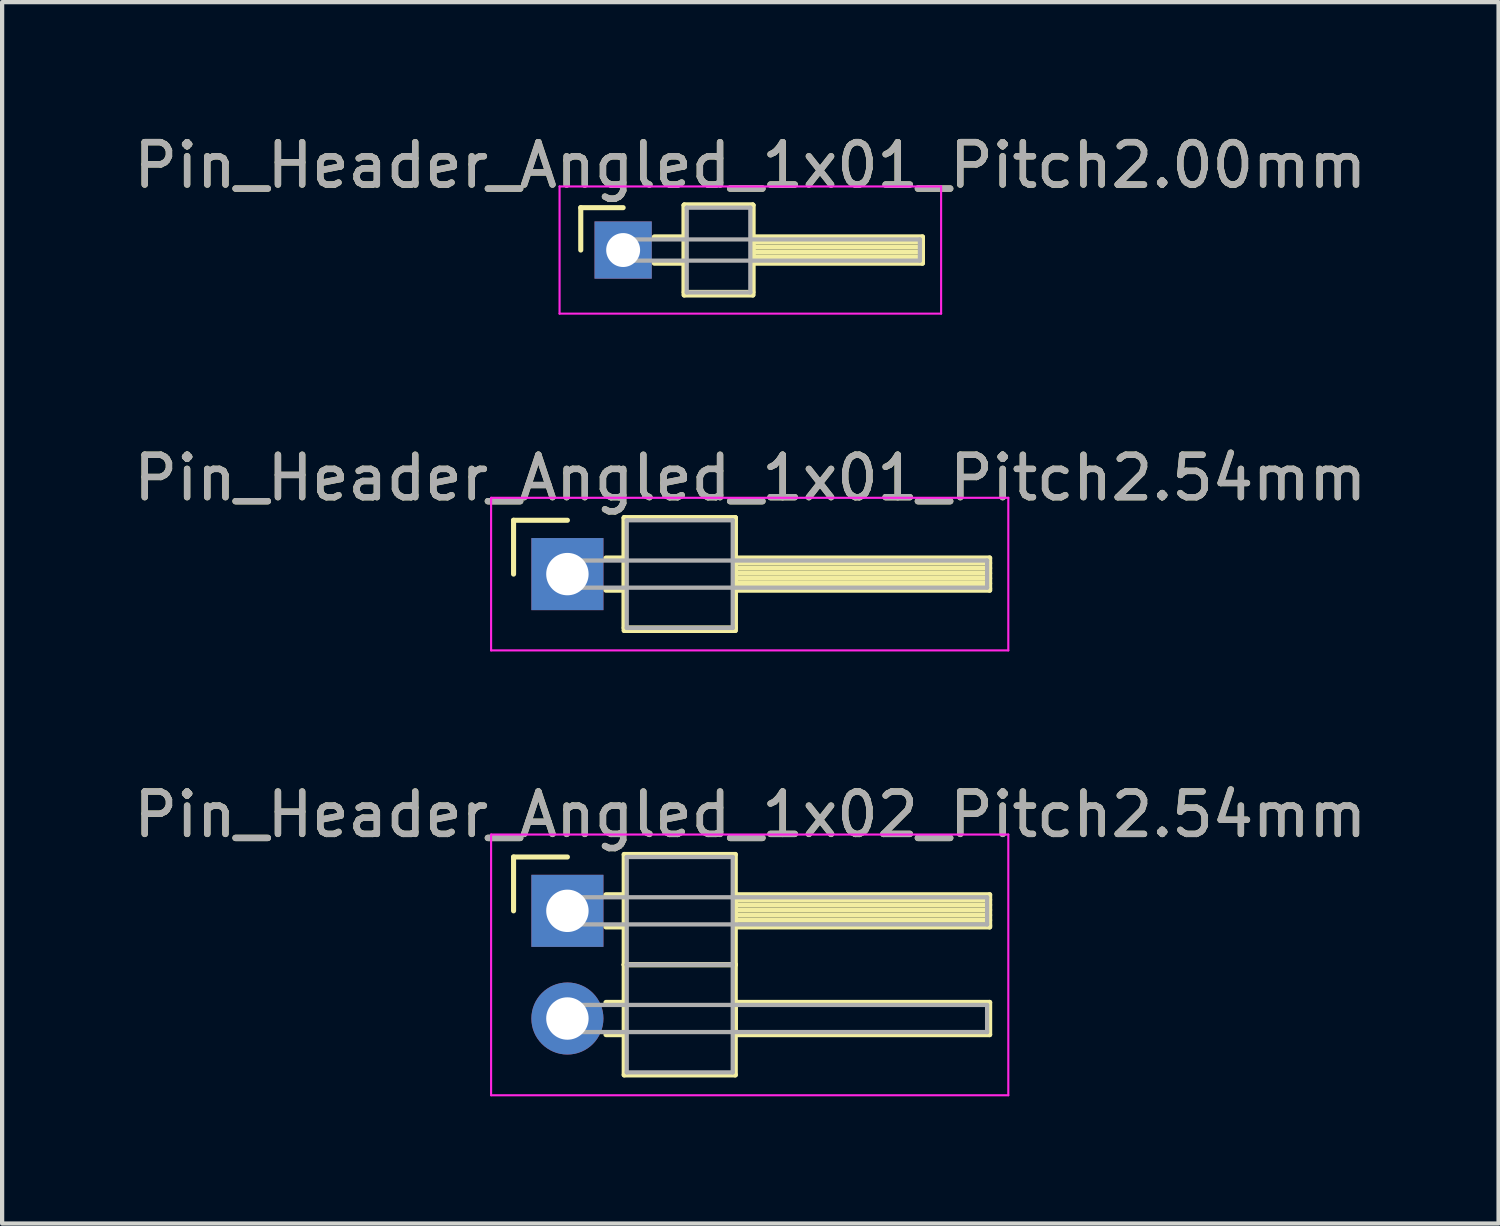
<source format=kicad_pcb>
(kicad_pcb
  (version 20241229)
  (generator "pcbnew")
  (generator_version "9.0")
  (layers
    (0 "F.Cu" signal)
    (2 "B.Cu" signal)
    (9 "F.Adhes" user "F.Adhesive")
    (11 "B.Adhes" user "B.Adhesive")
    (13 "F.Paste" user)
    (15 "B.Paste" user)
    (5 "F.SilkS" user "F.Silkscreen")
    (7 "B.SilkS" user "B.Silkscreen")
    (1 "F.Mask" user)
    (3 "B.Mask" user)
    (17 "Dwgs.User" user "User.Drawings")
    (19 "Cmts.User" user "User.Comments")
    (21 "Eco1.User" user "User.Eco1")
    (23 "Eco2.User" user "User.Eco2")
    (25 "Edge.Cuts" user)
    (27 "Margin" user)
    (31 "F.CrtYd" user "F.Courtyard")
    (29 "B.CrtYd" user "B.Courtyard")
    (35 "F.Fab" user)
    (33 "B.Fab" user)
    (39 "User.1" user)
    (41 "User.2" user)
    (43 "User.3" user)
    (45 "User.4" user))
  (footprint "Pin_Header_Angled_1x01_Pitch2.54mm"
    (layer "F.Cu")
    (at 10.334 10.492)
    (property "Reference" "Pin_Header_Angled_1x01_Pitch2.54mm" (at 4.315 -2.27 0) (layer "F.SilkS") (effects (font (size 1 1) (thickness 0.15))))
    (attr through_hole)
    (fp_line (start -1.27 -1.27) (end 0 -1.27) (stroke (width 0.12) (type solid)) (layer "F.SilkS"))
    (fp_line (start -1.27 0) (end -1.27 -1.27) (stroke (width 0.12) (type solid)) (layer "F.SilkS"))
    (fp_line (start 0.91 -0.38) (end 1.34 -0.38) (stroke (width 0.12) (type solid)) (layer "F.SilkS"))
    (fp_line (start 0.91 0.38) (end 1.34 0.38) (stroke (width 0.12) (type solid)) (layer "F.SilkS"))
    (fp_line (start 1.34 -1.33) (end 1.34 1.27) (stroke (width 0.12) (type solid)) (layer "F.SilkS"))
    (fp_line (start 1.34 -1.33) (end 1.34 1.33) (stroke (width 0.12) (type solid)) (layer "F.SilkS"))
    (fp_line (start 1.34 1.27) (end 3.96 1.27) (stroke (width 0.12) (type solid)) (layer "F.SilkS"))
    (fp_line (start 1.34 1.33) (end 3.96 1.33) (stroke (width 0.12) (type solid)) (layer "F.SilkS"))
    (fp_line (start 3.96 -1.33) (end 1.34 -1.33) (stroke (width 0.12) (type solid)) (layer "F.SilkS"))
    (fp_line (start 3.96 -1.33) (end 1.34 -1.33) (stroke (width 0.12) (type solid)) (layer "F.SilkS"))
    (fp_line (start 3.96 -0.38) (end 3.96 0.38) (stroke (width 0.12) (type solid)) (layer "F.SilkS"))
    (fp_line (start 3.96 -0.26) (end 9.96 -0.26) (stroke (width 0.12) (type solid)) (layer "F.SilkS"))
    (fp_line (start 3.96 -0.14) (end 9.96 -0.14) (stroke (width 0.12) (type solid)) (layer "F.SilkS"))
    (fp_line (start 3.96 -0.02) (end 9.96 -0.02) (stroke (width 0.12) (type solid)) (layer "F.SilkS"))
    (fp_line (start 3.96 0.1) (end 9.96 0.1) (stroke (width 0.12) (type solid)) (layer "F.SilkS"))
    (fp_line (start 3.96 0.22) (end 9.96 0.22) (stroke (width 0.12) (type solid)) (layer "F.SilkS"))
    (fp_line (start 3.96 0.34) (end 9.96 0.34) (stroke (width 0.12) (type solid)) (layer "F.SilkS"))
    (fp_line (start 3.96 0.38) (end 9.96 0.38) (stroke (width 0.12) (type solid)) (layer "F.SilkS"))
    (fp_line (start 3.96 1.27) (end 3.96 -1.33) (stroke (width 0.12) (type solid)) (layer "F.SilkS"))
    (fp_line (start 3.96 1.33) (end 3.96 -1.33) (stroke (width 0.12) (type solid)) (layer "F.SilkS"))
    (fp_line (start 9.96 -0.38) (end 3.96 -0.38) (stroke (width 0.12) (type solid)) (layer "F.SilkS"))
    (fp_line (start 9.96 0.38) (end 9.96 -0.38) (stroke (width 0.12) (type solid)) (layer "F.SilkS"))
    (fp_line (start -1.8 -1.8) (end -1.8 1.8) (stroke (width 0.05) (type solid)) (layer "F.CrtYd"))
    (fp_line (start -1.8 1.8) (end 10.4 1.8) (stroke (width 0.05) (type solid)) (layer "F.CrtYd"))
    (fp_line (start 10.4 -1.8) (end -1.8 -1.8) (stroke (width 0.05) (type solid)) (layer "F.CrtYd"))
    (fp_line (start 10.4 1.8) (end 10.4 -1.8) (stroke (width 0.05) (type solid)) (layer "F.CrtYd"))
    (fp_line (start 0 -0.32) (end 0 0.32) (stroke (width 0.1) (type solid)) (layer "F.Fab"))
    (fp_line (start 0 0.32) (end 9.9 0.32) (stroke (width 0.1) (type solid)) (layer "F.Fab"))
    (fp_line (start 1.4 -1.27) (end 1.4 1.27) (stroke (width 0.1) (type solid)) (layer "F.Fab"))
    (fp_line (start 1.4 1.27) (end 3.9 1.27) (stroke (width 0.1) (type solid)) (layer "F.Fab"))
    (fp_line (start 3.9 -1.27) (end 1.4 -1.27) (stroke (width 0.1) (type solid)) (layer "F.Fab"))
    (fp_line (start 3.9 1.27) (end 3.9 -1.27) (stroke (width 0.1) (type solid)) (layer "F.Fab"))
    (fp_line (start 9.9 -0.32) (end 0 -0.32) (stroke (width 0.1) (type solid)) (layer "F.Fab"))
    (fp_line (start 9.9 0.32) (end 9.9 -0.32) (stroke (width 0.1) (type solid)) (layer "F.Fab"))
    (fp_text user "${REFERENCE}" (at 4.315 -2.27 0) (layer "F.Fab") (effects (font (size 1 1) (thickness 0.15))))
    (pad "1" thru_hole rect (at 0 0) (size 1.7 1.7) (drill 1) (layers "*.Cu" "*.Mask")))
  (footprint "Pin_Header_Angled_1x02_Pitch2.54mm"
    (layer "F.Cu")
    (at 10.334 18.435)
    (property "Reference" "Pin_Header_Angled_1x02_Pitch2.54mm" (at 4.315 -2.27 0) (layer "F.SilkS") (effects (font (size 1 1) (thickness 0.15))))
    (attr through_hole)
    (fp_line (start -1.27 -1.27) (end 0 -1.27) (stroke (width 0.12) (type solid)) (layer "F.SilkS"))
    (fp_line (start -1.27 0) (end -1.27 -1.27) (stroke (width 0.12) (type solid)) (layer "F.SilkS"))
    (fp_line (start 0.91 -0.38) (end 1.34 -0.38) (stroke (width 0.12) (type solid)) (layer "F.SilkS"))
    (fp_line (start 0.91 0.38) (end 1.34 0.38) (stroke (width 0.12) (type solid)) (layer "F.SilkS"))
    (fp_line (start 0.91 2.16) (end 1.34 2.16) (stroke (width 0.12) (type solid)) (layer "F.SilkS"))
    (fp_line (start 0.91 2.92) (end 1.34 2.92) (stroke (width 0.12) (type solid)) (layer "F.SilkS"))
    (fp_line (start 1.34 -1.33) (end 1.34 1.27) (stroke (width 0.12) (type solid)) (layer "F.SilkS"))
    (fp_line (start 1.34 1.27) (end 1.34 3.87) (stroke (width 0.12) (type solid)) (layer "F.SilkS"))
    (fp_line (start 1.34 1.27) (end 3.96 1.27) (stroke (width 0.12) (type solid)) (layer "F.SilkS"))
    (fp_line (start 1.34 3.87) (end 3.96 3.87) (stroke (width 0.12) (type solid)) (layer "F.SilkS"))
    (fp_line (start 3.96 -1.33) (end 1.34 -1.33) (stroke (width 0.12) (type solid)) (layer "F.SilkS"))
    (fp_line (start 3.96 -0.38) (end 3.96 0.38) (stroke (width 0.12) (type solid)) (layer "F.SilkS"))
    (fp_line (start 3.96 -0.26) (end 9.96 -0.26) (stroke (width 0.12) (type solid)) (layer "F.SilkS"))
    (fp_line (start 3.96 -0.14) (end 9.96 -0.14) (stroke (width 0.12) (type solid)) (layer "F.SilkS"))
    (fp_line (start 3.96 -0.02) (end 9.96 -0.02) (stroke (width 0.12) (type solid)) (layer "F.SilkS"))
    (fp_line (start 3.96 0.1) (end 9.96 0.1) (stroke (width 0.12) (type solid)) (layer "F.SilkS"))
    (fp_line (start 3.96 0.22) (end 9.96 0.22) (stroke (width 0.12) (type solid)) (layer "F.SilkS"))
    (fp_line (start 3.96 0.34) (end 9.96 0.34) (stroke (width 0.12) (type solid)) (layer "F.SilkS"))
    (fp_line (start 3.96 0.38) (end 9.96 0.38) (stroke (width 0.12) (type solid)) (layer "F.SilkS"))
    (fp_line (start 3.96 1.27) (end 1.34 1.27) (stroke (width 0.12) (type solid)) (layer "F.SilkS"))
    (fp_line (start 3.96 1.27) (end 3.96 -1.33) (stroke (width 0.12) (type solid)) (layer "F.SilkS"))
    (fp_line (start 3.96 2.16) (end 3.96 2.92) (stroke (width 0.12) (type solid)) (layer "F.SilkS"))
    (fp_line (start 3.96 2.92) (end 9.96 2.92) (stroke (width 0.12) (type solid)) (layer "F.SilkS"))
    (fp_line (start 3.96 3.87) (end 3.96 1.27) (stroke (width 0.12) (type solid)) (layer "F.SilkS"))
    (fp_line (start 9.96 -0.38) (end 3.96 -0.38) (stroke (width 0.12) (type solid)) (layer "F.SilkS"))
    (fp_line (start 9.96 0.38) (end 9.96 -0.38) (stroke (width 0.12) (type solid)) (layer "F.SilkS"))
    (fp_line (start 9.96 2.16) (end 3.96 2.16) (stroke (width 0.12) (type solid)) (layer "F.SilkS"))
    (fp_line (start 9.96 2.92) (end 9.96 2.16) (stroke (width 0.12) (type solid)) (layer "F.SilkS"))
    (fp_line (start -1.8 -1.8) (end -1.8 4.35) (stroke (width 0.05) (type solid)) (layer "F.CrtYd"))
    (fp_line (start -1.8 4.35) (end 10.4 4.35) (stroke (width 0.05) (type solid)) (layer "F.CrtYd"))
    (fp_line (start 10.4 -1.8) (end -1.8 -1.8) (stroke (width 0.05) (type solid)) (layer "F.CrtYd"))
    (fp_line (start 10.4 4.35) (end 10.4 -1.8) (stroke (width 0.05) (type solid)) (layer "F.CrtYd"))
    (fp_line (start 0 -0.32) (end 0 0.32) (stroke (width 0.1) (type solid)) (layer "F.Fab"))
    (fp_line (start 0 0.32) (end 9.9 0.32) (stroke (width 0.1) (type solid)) (layer "F.Fab"))
    (fp_line (start 0 2.22) (end 0 2.86) (stroke (width 0.1) (type solid)) (layer "F.Fab"))
    (fp_line (start 0 2.86) (end 9.9 2.86) (stroke (width 0.1) (type solid)) (layer "F.Fab"))
    (fp_line (start 1.4 -1.27) (end 1.4 1.27) (stroke (width 0.1) (type solid)) (layer "F.Fab"))
    (fp_line (start 1.4 1.27) (end 1.4 3.81) (stroke (width 0.1) (type solid)) (layer "F.Fab"))
    (fp_line (start 1.4 1.27) (end 3.9 1.27) (stroke (width 0.1) (type solid)) (layer "F.Fab"))
    (fp_line (start 1.4 3.81) (end 3.9 3.81) (stroke (width 0.1) (type solid)) (layer "F.Fab"))
    (fp_line (start 3.9 -1.27) (end 1.4 -1.27) (stroke (width 0.1) (type solid)) (layer "F.Fab"))
    (fp_line (start 3.9 1.27) (end 1.4 1.27) (stroke (width 0.1) (type solid)) (layer "F.Fab"))
    (fp_line (start 3.9 1.27) (end 3.9 -1.27) (stroke (width 0.1) (type solid)) (layer "F.Fab"))
    (fp_line (start 3.9 3.81) (end 3.9 1.27) (stroke (width 0.1) (type solid)) (layer "F.Fab"))
    (fp_line (start 9.9 -0.32) (end 0 -0.32) (stroke (width 0.1) (type solid)) (layer "F.Fab"))
    (fp_line (start 9.9 0.32) (end 9.9 -0.32) (stroke (width 0.1) (type solid)) (layer "F.Fab"))
    (fp_line (start 9.9 2.22) (end 0 2.22) (stroke (width 0.1) (type solid)) (layer "F.Fab"))
    (fp_line (start 9.9 2.86) (end 9.9 2.22) (stroke (width 0.1) (type solid)) (layer "F.Fab"))
    (fp_text user "${REFERENCE}" (at 4.315 -2.27 0) (layer "F.Fab") (effects (font (size 1 1) (thickness 0.15))))
    (pad "1" thru_hole rect (at 0 0) (size 1.7 1.7) (drill 1) (layers "*.Cu" "*.Mask"))
    (pad "2" thru_hole oval (at 0 2.54) (size 1.7 1.7) (drill 1) (layers "*.Cu" "*.Mask")))
  (footprint "Pin_Header_Angled_1x01_Pitch2.00mm"
    (layer "F.Cu")
    (at 11.649 2.848)
    (property "Reference" "Pin_Header_Angled_1x01_Pitch2.00mm" (at 3 -2 0) (layer "F.SilkS") (effects (font (size 1 1) (thickness 0.15))))
    (attr through_hole)
    (fp_line (start -1 -1) (end 0 -1) (stroke (width 0.12) (type solid)) (layer "F.SilkS"))
    (fp_line (start -1 0) (end -1 -1) (stroke (width 0.12) (type solid)) (layer "F.SilkS"))
    (fp_line (start 0.735 -0.31) (end 1.44 -0.31) (stroke (width 0.12) (type solid)) (layer "F.SilkS"))
    (fp_line (start 0.735 0.31) (end 1.44 0.31) (stroke (width 0.12) (type solid)) (layer "F.SilkS"))
    (fp_line (start 1.44 -1.06) (end 1.44 1) (stroke (width 0.12) (type solid)) (layer "F.SilkS"))
    (fp_line (start 1.44 -1.06) (end 1.44 1.06) (stroke (width 0.12) (type solid)) (layer "F.SilkS"))
    (fp_line (start 1.44 1) (end 3.06 1) (stroke (width 0.12) (type solid)) (layer "F.SilkS"))
    (fp_line (start 1.44 1.06) (end 3.06 1.06) (stroke (width 0.12) (type solid)) (layer "F.SilkS"))
    (fp_line (start 3.06 -1.06) (end 1.44 -1.06) (stroke (width 0.12) (type solid)) (layer "F.SilkS"))
    (fp_line (start 3.06 -1.06) (end 1.44 -1.06) (stroke (width 0.12) (type solid)) (layer "F.SilkS"))
    (fp_line (start 3.06 -0.31) (end 3.06 0.31) (stroke (width 0.12) (type solid)) (layer "F.SilkS"))
    (fp_line (start 3.06 -0.19) (end 7.06 -0.19) (stroke (width 0.12) (type solid)) (layer "F.SilkS"))
    (fp_line (start 3.06 -0.07) (end 7.06 -0.07) (stroke (width 0.12) (type solid)) (layer "F.SilkS"))
    (fp_line (start 3.06 0.05) (end 7.06 0.05) (stroke (width 0.12) (type solid)) (layer "F.SilkS"))
    (fp_line (start 3.06 0.17) (end 7.06 0.17) (stroke (width 0.12) (type solid)) (layer "F.SilkS"))
    (fp_line (start 3.06 0.29) (end 7.06 0.29) (stroke (width 0.12) (type solid)) (layer "F.SilkS"))
    (fp_line (start 3.06 0.31) (end 7.06 0.31) (stroke (width 0.12) (type solid)) (layer "F.SilkS"))
    (fp_line (start 3.06 1) (end 3.06 -1.06) (stroke (width 0.12) (type solid)) (layer "F.SilkS"))
    (fp_line (start 3.06 1.06) (end 3.06 -1.06) (stroke (width 0.12) (type solid)) (layer "F.SilkS"))
    (fp_line (start 7.06 -0.31) (end 3.06 -0.31) (stroke (width 0.12) (type solid)) (layer "F.SilkS"))
    (fp_line (start 7.06 0.31) (end 7.06 -0.31) (stroke (width 0.12) (type solid)) (layer "F.SilkS"))
    (fp_line (start -1.5 -1.5) (end -1.5 1.5) (stroke (width 0.05) (type solid)) (layer "F.CrtYd"))
    (fp_line (start -1.5 1.5) (end 7.5 1.5) (stroke (width 0.05) (type solid)) (layer "F.CrtYd"))
    (fp_line (start 7.5 -1.5) (end -1.5 -1.5) (stroke (width 0.05) (type solid)) (layer "F.CrtYd"))
    (fp_line (start 7.5 1.5) (end 7.5 -1.5) (stroke (width 0.05) (type solid)) (layer "F.CrtYd"))
    (fp_line (start 0 -0.25) (end 0 0.25) (stroke (width 0.1) (type solid)) (layer "F.Fab"))
    (fp_line (start 0 0.25) (end 7 0.25) (stroke (width 0.1) (type solid)) (layer "F.Fab"))
    (fp_line (start 1.5 -1) (end 1.5 1) (stroke (width 0.1) (type solid)) (layer "F.Fab"))
    (fp_line (start 1.5 1) (end 3 1) (stroke (width 0.1) (type solid)) (layer "F.Fab"))
    (fp_line (start 3 -1) (end 1.5 -1) (stroke (width 0.1) (type solid)) (layer "F.Fab"))
    (fp_line (start 3 1) (end 3 -1) (stroke (width 0.1) (type solid)) (layer "F.Fab"))
    (fp_line (start 7 -0.25) (end 0 -0.25) (stroke (width 0.1) (type solid)) (layer "F.Fab"))
    (fp_line (start 7 0.25) (end 7 -0.25) (stroke (width 0.1) (type solid)) (layer "F.Fab"))
    (fp_text user "${REFERENCE}" (at 3 -2 0) (layer "F.Fab") (effects (font (size 1 1) (thickness 0.15))))
    (pad "1" thru_hole rect (at 0 0) (size 1.35 1.35) (drill 0.8) (layers "*.Cu" "*.Mask")))
  (gr_rect
    (start -3 -3)
    (end 32.298 25.81)
    (stroke (width 0.1) (type default))
    (fill no)
    (layer "Edge.Cuts")))
</source>
